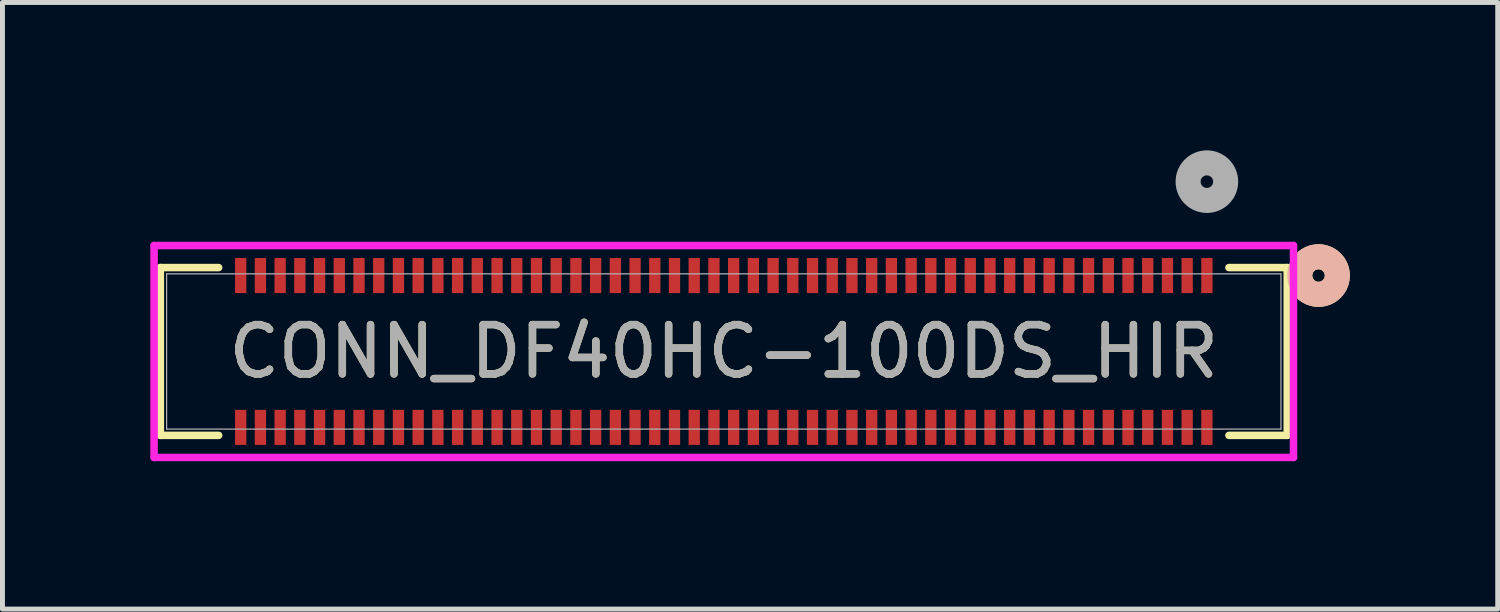
<source format=kicad_pcb>
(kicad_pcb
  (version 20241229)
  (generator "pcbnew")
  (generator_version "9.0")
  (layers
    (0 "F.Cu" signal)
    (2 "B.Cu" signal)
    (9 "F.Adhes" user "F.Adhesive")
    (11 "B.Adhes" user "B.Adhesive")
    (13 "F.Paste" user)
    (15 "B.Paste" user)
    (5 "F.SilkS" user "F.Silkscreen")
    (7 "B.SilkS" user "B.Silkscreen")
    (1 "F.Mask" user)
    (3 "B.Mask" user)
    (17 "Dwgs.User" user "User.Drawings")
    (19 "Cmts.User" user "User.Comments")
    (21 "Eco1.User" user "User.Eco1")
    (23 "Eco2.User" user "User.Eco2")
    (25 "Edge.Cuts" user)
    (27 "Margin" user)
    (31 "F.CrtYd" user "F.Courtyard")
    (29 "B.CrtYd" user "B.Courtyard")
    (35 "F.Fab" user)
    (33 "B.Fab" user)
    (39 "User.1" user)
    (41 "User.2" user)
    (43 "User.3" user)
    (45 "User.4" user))
  (footprint "CONN_DF40HC-100DS_HIR"
    (layer "F.Cu")
    (at 11.633 4.08)
    (property "Reference" "CONN_DF40HC-100DS_HIR" (at 0 0 0) (unlocked yes) (layer "F.SilkS") (effects (font (size 1 1) (thickness 0.15))))
    (attr smd)
    (fp_line (start -11.43 -1.702) (end -11.43 1.702) (stroke (width 0.152) (type solid)) (layer "F.SilkS"))
    (fp_line (start -11.43 1.702) (end -10.247 1.702) (stroke (width 0.152) (type solid)) (layer "F.SilkS"))
    (fp_line (start -10.247 -1.702) (end -11.43 -1.702) (stroke (width 0.152) (type solid)) (layer "F.SilkS"))
    (fp_line (start 10.247 1.702) (end 11.43 1.702) (stroke (width 0.152) (type solid)) (layer "F.SilkS"))
    (fp_line (start 11.43 -1.702) (end 10.247 -1.702) (stroke (width 0.152) (type solid)) (layer "F.SilkS"))
    (fp_line (start 11.43 1.702) (end 11.43 -1.702) (stroke (width 0.152) (type solid)) (layer "F.SilkS"))
    (fp_circle (center 12.065 -1.54) (end 12.446 -1.54) (stroke (width 0.508) (type solid)) (fill no) (layer "F.SilkS"))
    (fp_circle (center 12.065 -1.54) (end 12.446 -1.54) (stroke (width 0.508) (type solid)) (fill no) (layer "B.SilkS"))
    (fp_line (start -11.557 -2.15) (end -11.557 2.15) (stroke (width 0.152) (type solid)) (layer "F.CrtYd"))
    (fp_line (start -11.557 2.15) (end 11.557 2.15) (stroke (width 0.152) (type solid)) (layer "F.CrtYd"))
    (fp_line (start 11.557 -2.15) (end -11.557 -2.15) (stroke (width 0.152) (type solid)) (layer "F.CrtYd"))
    (fp_line (start 11.557 2.15) (end 11.557 -2.15) (stroke (width 0.152) (type solid)) (layer "F.CrtYd"))
    (fp_line (start -11.303 -1.575) (end -11.303 1.575) (stroke (width 0.025) (type solid)) (layer "F.Fab"))
    (fp_line (start -11.303 1.575) (end 11.303 1.575) (stroke (width 0.025) (type solid)) (layer "F.Fab"))
    (fp_line (start 11.303 -1.575) (end -11.303 -1.575) (stroke (width 0.025) (type solid)) (layer "F.Fab"))
    (fp_line (start 11.303 1.575) (end 11.303 -1.575) (stroke (width 0.025) (type solid)) (layer "F.Fab"))
    (fp_circle (center 9.8 -3.445) (end 10.181 -3.445) (stroke (width 0.508) (type solid)) (fill no) (layer "F.Fab"))
    (fp_text user "${REFERENCE}" (at 0 0 0) (unlocked yes) (layer "F.Fab") (effects (font (size 1 1) (thickness 0.15))))
    (pad "1" smd rect (at 9.8 -1.54) (size 0.229 0.711) (layers "F.Cu" "F.Mask" "F.Paste"))
    (pad "2" smd rect (at 9.4 -1.54) (size 0.229 0.711) (layers "F.Cu" "F.Mask" "F.Paste"))
    (pad "3" smd rect (at 9 -1.54) (size 0.229 0.711) (layers "F.Cu" "F.Mask" "F.Paste"))
    (pad "4" smd rect (at 8.6 -1.54) (size 0.229 0.711) (layers "F.Cu" "F.Mask" "F.Paste"))
    (pad "5" smd rect (at 8.2 -1.54) (size 0.229 0.711) (layers "F.Cu" "F.Mask" "F.Paste"))
    (pad "6" smd rect (at 7.8 -1.54) (size 0.229 0.711) (layers "F.Cu" "F.Mask" "F.Paste"))
    (pad "7" smd rect (at 7.4 -1.54) (size 0.229 0.711) (layers "F.Cu" "F.Mask" "F.Paste"))
    (pad "8" smd rect (at 7 -1.54) (size 0.229 0.711) (layers "F.Cu" "F.Mask" "F.Paste"))
    (pad "9" smd rect (at 6.6 -1.54) (size 0.229 0.711) (layers "F.Cu" "F.Mask" "F.Paste"))
    (pad "10" smd rect (at 6.2 -1.54) (size 0.229 0.711) (layers "F.Cu" "F.Mask" "F.Paste"))
    (pad "11" smd rect (at 5.8 -1.54) (size 0.229 0.711) (layers "F.Cu" "F.Mask" "F.Paste"))
    (pad "12" smd rect (at 5.4 -1.54) (size 0.229 0.711) (layers "F.Cu" "F.Mask" "F.Paste"))
    (pad "13" smd rect (at 5 -1.54) (size 0.229 0.711) (layers "F.Cu" "F.Mask" "F.Paste"))
    (pad "14" smd rect (at 4.6 -1.54) (size 0.229 0.711) (layers "F.Cu" "F.Mask" "F.Paste"))
    (pad "15" smd rect (at 4.2 -1.54) (size 0.229 0.711) (layers "F.Cu" "F.Mask" "F.Paste"))
    (pad "16" smd rect (at 3.8 -1.54) (size 0.229 0.711) (layers "F.Cu" "F.Mask" "F.Paste"))
    (pad "17" smd rect (at 3.4 -1.54) (size 0.229 0.711) (layers "F.Cu" "F.Mask" "F.Paste"))
    (pad "18" smd rect (at 3 -1.54) (size 0.229 0.711) (layers "F.Cu" "F.Mask" "F.Paste"))
    (pad "19" smd rect (at 2.6 -1.54) (size 0.229 0.711) (layers "F.Cu" "F.Mask" "F.Paste"))
    (pad "20" smd rect (at 2.2 -1.54) (size 0.229 0.711) (layers "F.Cu" "F.Mask" "F.Paste"))
    (pad "21" smd rect (at 1.8 -1.54) (size 0.229 0.711) (layers "F.Cu" "F.Mask" "F.Paste"))
    (pad "22" smd rect (at 1.4 -1.54) (size 0.229 0.711) (layers "F.Cu" "F.Mask" "F.Paste"))
    (pad "23" smd rect (at 1 -1.54) (size 0.229 0.711) (layers "F.Cu" "F.Mask" "F.Paste"))
    (pad "24" smd rect (at 0.6 -1.54) (size 0.229 0.711) (layers "F.Cu" "F.Mask" "F.Paste"))
    (pad "25" smd rect (at 0.2 -1.54) (size 0.229 0.711) (layers "F.Cu" "F.Mask" "F.Paste"))
    (pad "26" smd rect (at -0.2 -1.54) (size 0.229 0.711) (layers "F.Cu" "F.Mask" "F.Paste"))
    (pad "27" smd rect (at -0.6 -1.54) (size 0.229 0.711) (layers "F.Cu" "F.Mask" "F.Paste"))
    (pad "28" smd rect (at -1 -1.54) (size 0.229 0.711) (layers "F.Cu" "F.Mask" "F.Paste"))
    (pad "29" smd rect (at -1.4 -1.54) (size 0.229 0.711) (layers "F.Cu" "F.Mask" "F.Paste"))
    (pad "30" smd rect (at -1.8 -1.54) (size 0.229 0.711) (layers "F.Cu" "F.Mask" "F.Paste"))
    (pad "31" smd rect (at -2.2 -1.54) (size 0.229 0.711) (layers "F.Cu" "F.Mask" "F.Paste"))
    (pad "32" smd rect (at -2.6 -1.54) (size 0.229 0.711) (layers "F.Cu" "F.Mask" "F.Paste"))
    (pad "33" smd rect (at -3 -1.54) (size 0.229 0.711) (layers "F.Cu" "F.Mask" "F.Paste"))
    (pad "34" smd rect (at -3.4 -1.54) (size 0.229 0.711) (layers "F.Cu" "F.Mask" "F.Paste"))
    (pad "35" smd rect (at -3.8 -1.54) (size 0.229 0.711) (layers "F.Cu" "F.Mask" "F.Paste"))
    (pad "36" smd rect (at -4.2 -1.54) (size 0.229 0.711) (layers "F.Cu" "F.Mask" "F.Paste"))
    (pad "37" smd rect (at -4.6 -1.54) (size 0.229 0.711) (layers "F.Cu" "F.Mask" "F.Paste"))
    (pad "38" smd rect (at -5 -1.54) (size 0.229 0.711) (layers "F.Cu" "F.Mask" "F.Paste"))
    (pad "39" smd rect (at -5.4 -1.54) (size 0.229 0.711) (layers "F.Cu" "F.Mask" "F.Paste"))
    (pad "40" smd rect (at -5.8 -1.54) (size 0.229 0.711) (layers "F.Cu" "F.Mask" "F.Paste"))
    (pad "41" smd rect (at -6.2 -1.54) (size 0.229 0.711) (layers "F.Cu" "F.Mask" "F.Paste"))
    (pad "42" smd rect (at -6.6 -1.54) (size 0.229 0.711) (layers "F.Cu" "F.Mask" "F.Paste"))
    (pad "43" smd rect (at -7 -1.54) (size 0.229 0.711) (layers "F.Cu" "F.Mask" "F.Paste"))
    (pad "44" smd rect (at -7.4 -1.54) (size 0.229 0.711) (layers "F.Cu" "F.Mask" "F.Paste"))
    (pad "45" smd rect (at -7.8 -1.54) (size 0.229 0.711) (layers "F.Cu" "F.Mask" "F.Paste"))
    (pad "46" smd rect (at -8.2 -1.54) (size 0.229 0.711) (layers "F.Cu" "F.Mask" "F.Paste"))
    (pad "47" smd rect (at -8.6 -1.54) (size 0.229 0.711) (layers "F.Cu" "F.Mask" "F.Paste"))
    (pad "48" smd rect (at -9 -1.54) (size 0.229 0.711) (layers "F.Cu" "F.Mask" "F.Paste"))
    (pad "49" smd rect (at -9.4 -1.54) (size 0.229 0.711) (layers "F.Cu" "F.Mask" "F.Paste"))
    (pad "50" smd rect (at -9.8 -1.54) (size 0.229 0.711) (layers "F.Cu" "F.Mask" "F.Paste"))
    (pad "51" smd rect (at 9.8 1.54) (size 0.229 0.711) (layers "F.Cu" "F.Mask" "F.Paste"))
    (pad "52" smd rect (at 9.4 1.54) (size 0.229 0.711) (layers "F.Cu" "F.Mask" "F.Paste"))
    (pad "53" smd rect (at 9 1.54) (size 0.229 0.711) (layers "F.Cu" "F.Mask" "F.Paste"))
    (pad "54" smd rect (at 8.6 1.54) (size 0.229 0.711) (layers "F.Cu" "F.Mask" "F.Paste"))
    (pad "55" smd rect (at 8.2 1.54) (size 0.229 0.711) (layers "F.Cu" "F.Mask" "F.Paste"))
    (pad "56" smd rect (at 7.8 1.54) (size 0.229 0.711) (layers "F.Cu" "F.Mask" "F.Paste"))
    (pad "57" smd rect (at 7.4 1.54) (size 0.229 0.711) (layers "F.Cu" "F.Mask" "F.Paste"))
    (pad "58" smd rect (at 7 1.54) (size 0.229 0.711) (layers "F.Cu" "F.Mask" "F.Paste"))
    (pad "59" smd rect (at 6.6 1.54) (size 0.229 0.711) (layers "F.Cu" "F.Mask" "F.Paste"))
    (pad "60" smd rect (at 6.2 1.54) (size 0.229 0.711) (layers "F.Cu" "F.Mask" "F.Paste"))
    (pad "61" smd rect (at 5.8 1.54) (size 0.229 0.711) (layers "F.Cu" "F.Mask" "F.Paste"))
    (pad "62" smd rect (at 5.4 1.54) (size 0.229 0.711) (layers "F.Cu" "F.Mask" "F.Paste"))
    (pad "63" smd rect (at 5 1.54) (size 0.229 0.711) (layers "F.Cu" "F.Mask" "F.Paste"))
    (pad "64" smd rect (at 4.6 1.54) (size 0.229 0.711) (layers "F.Cu" "F.Mask" "F.Paste"))
    (pad "65" smd rect (at 4.2 1.54) (size 0.229 0.711) (layers "F.Cu" "F.Mask" "F.Paste"))
    (pad "66" smd rect (at 3.8 1.54) (size 0.229 0.711) (layers "F.Cu" "F.Mask" "F.Paste"))
    (pad "67" smd rect (at 3.4 1.54) (size 0.229 0.711) (layers "F.Cu" "F.Mask" "F.Paste"))
    (pad "68" smd rect (at 3 1.54) (size 0.229 0.711) (layers "F.Cu" "F.Mask" "F.Paste"))
    (pad "69" smd rect (at 2.6 1.54) (size 0.229 0.711) (layers "F.Cu" "F.Mask" "F.Paste"))
    (pad "70" smd rect (at 2.2 1.54) (size 0.229 0.711) (layers "F.Cu" "F.Mask" "F.Paste"))
    (pad "71" smd rect (at 1.8 1.54) (size 0.229 0.711) (layers "F.Cu" "F.Mask" "F.Paste"))
    (pad "72" smd rect (at 1.4 1.54) (size 0.229 0.711) (layers "F.Cu" "F.Mask" "F.Paste"))
    (pad "73" smd rect (at 1 1.54) (size 0.229 0.711) (layers "F.Cu" "F.Mask" "F.Paste"))
    (pad "74" smd rect (at 0.6 1.54) (size 0.229 0.711) (layers "F.Cu" "F.Mask" "F.Paste"))
    (pad "75" smd rect (at 0.2 1.54) (size 0.229 0.711) (layers "F.Cu" "F.Mask" "F.Paste"))
    (pad "76" smd rect (at -0.2 1.54) (size 0.229 0.711) (layers "F.Cu" "F.Mask" "F.Paste"))
    (pad "77" smd rect (at -0.6 1.54) (size 0.229 0.711) (layers "F.Cu" "F.Mask" "F.Paste"))
    (pad "78" smd rect (at -1 1.54) (size 0.229 0.711) (layers "F.Cu" "F.Mask" "F.Paste"))
    (pad "79" smd rect (at -1.4 1.54) (size 0.229 0.711) (layers "F.Cu" "F.Mask" "F.Paste"))
    (pad "80" smd rect (at -1.8 1.54) (size 0.229 0.711) (layers "F.Cu" "F.Mask" "F.Paste"))
    (pad "81" smd rect (at -2.2 1.54) (size 0.229 0.711) (layers "F.Cu" "F.Mask" "F.Paste"))
    (pad "82" smd rect (at -2.6 1.54) (size 0.229 0.711) (layers "F.Cu" "F.Mask" "F.Paste"))
    (pad "83" smd rect (at -3 1.54) (size 0.229 0.711) (layers "F.Cu" "F.Mask" "F.Paste"))
    (pad "84" smd rect (at -3.4 1.54) (size 0.229 0.711) (layers "F.Cu" "F.Mask" "F.Paste"))
    (pad "85" smd rect (at -3.8 1.54) (size 0.229 0.711) (layers "F.Cu" "F.Mask" "F.Paste"))
    (pad "86" smd rect (at -4.2 1.54) (size 0.229 0.711) (layers "F.Cu" "F.Mask" "F.Paste"))
    (pad "87" smd rect (at -4.6 1.54) (size 0.229 0.711) (layers "F.Cu" "F.Mask" "F.Paste"))
    (pad "88" smd rect (at -5 1.54) (size 0.229 0.711) (layers "F.Cu" "F.Mask" "F.Paste"))
    (pad "89" smd rect (at -5.4 1.54) (size 0.229 0.711) (layers "F.Cu" "F.Mask" "F.Paste"))
    (pad "90" smd rect (at -5.8 1.54) (size 0.229 0.711) (layers "F.Cu" "F.Mask" "F.Paste"))
    (pad "91" smd rect (at -6.2 1.54) (size 0.229 0.711) (layers "F.Cu" "F.Mask" "F.Paste"))
    (pad "92" smd rect (at -6.6 1.54) (size 0.229 0.711) (layers "F.Cu" "F.Mask" "F.Paste"))
    (pad "93" smd rect (at -7 1.54) (size 0.229 0.711) (layers "F.Cu" "F.Mask" "F.Paste"))
    (pad "94" smd rect (at -7.4 1.54) (size 0.229 0.711) (layers "F.Cu" "F.Mask" "F.Paste"))
    (pad "95" smd rect (at -7.8 1.54) (size 0.229 0.711) (layers "F.Cu" "F.Mask" "F.Paste"))
    (pad "96" smd rect (at -8.2 1.54) (size 0.229 0.711) (layers "F.Cu" "F.Mask" "F.Paste"))
    (pad "97" smd rect (at -8.6 1.54) (size 0.229 0.711) (layers "F.Cu" "F.Mask" "F.Paste"))
    (pad "98" smd rect (at -9 1.54) (size 0.229 0.711) (layers "F.Cu" "F.Mask" "F.Paste"))
    (pad "99" smd rect (at -9.4 1.54) (size 0.229 0.711) (layers "F.Cu" "F.Mask" "F.Paste"))
    (pad "100" smd rect (at -9.8 1.54) (size 0.229 0.711) (layers "F.Cu" "F.Mask" "F.Paste")))
  (gr_rect
    (start -3 -3)
    (end 27.333 9.306)
    (stroke (width 0.1) (type default))
    (fill no)
    (layer "Edge.Cuts")))
</source>
